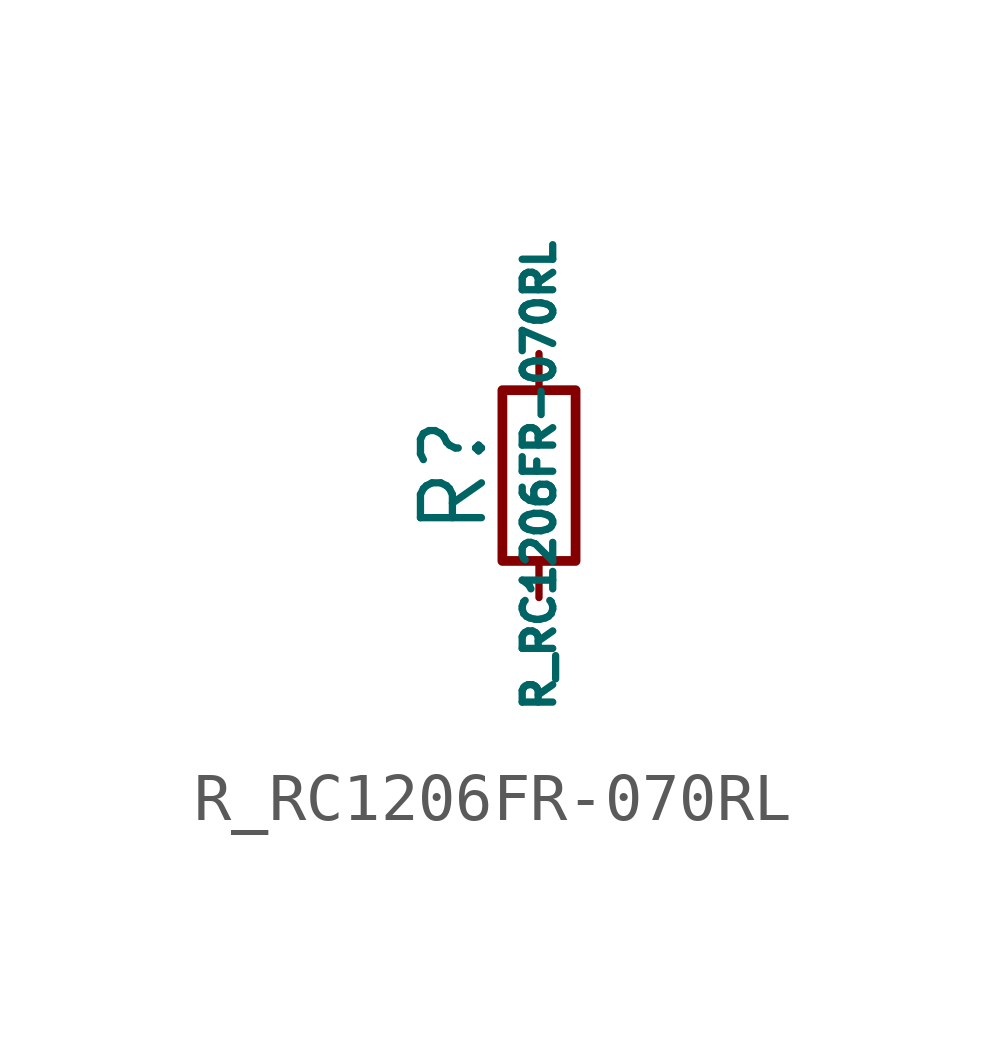
<source format=kicad_sym>
(kicad_symbol_lib
  (version 20211014)
  (generator kicad_symbol_editor)
  (symbol "R_RC1206FR-070RL"
    (pin_numbers hide)
    (pin_names
      (offset 0.254) hide)
    (property "Reference" "R"
      (at -1.778 0 90)
      (effects (font (size 1.27 1.27))))
    (property "Value" "R_RC1206FR-070RL"
      (at 0 0 90)
      (effects (font (size 0.635 0.635))))
    (symbol "R_RC1206FR-070RL_0_1"
      (rectangle (start -0.762 1.778) (end 0.762 -1.778) (stroke (width 0.203) (type default) (color 0 0 0 0)) (fill (type none))))
    (symbol "R_RC1206FR-070RL_1_1"
      (pin passive line (at 0 2.54 270) (length 0.762) (name "~" (effects (font (size 1.27 1.27)))) (number "1" (effects (font (size 1.27 1.27)))))
      (pin passive line (at 0 -2.54 90) (length 0.762) (name "~" (effects (font (size 1.27 1.27)))) (number "2" (effects (font (size 1.27 1.27))))))))
</source>
